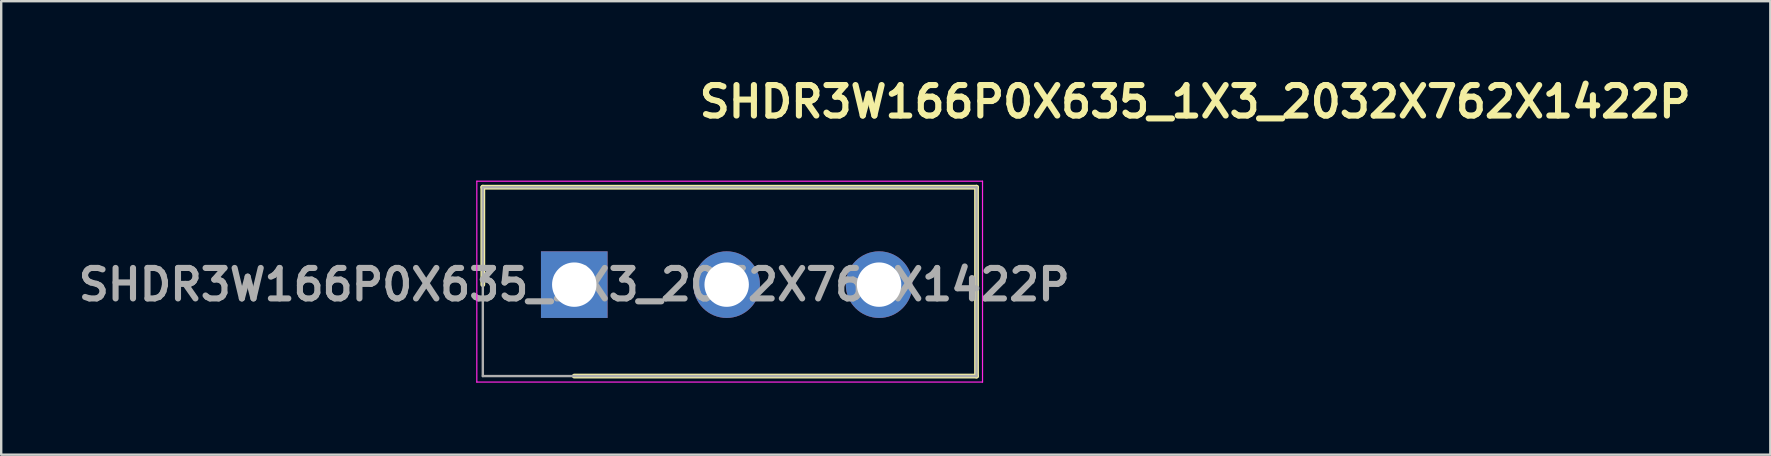
<source format=kicad_pcb>
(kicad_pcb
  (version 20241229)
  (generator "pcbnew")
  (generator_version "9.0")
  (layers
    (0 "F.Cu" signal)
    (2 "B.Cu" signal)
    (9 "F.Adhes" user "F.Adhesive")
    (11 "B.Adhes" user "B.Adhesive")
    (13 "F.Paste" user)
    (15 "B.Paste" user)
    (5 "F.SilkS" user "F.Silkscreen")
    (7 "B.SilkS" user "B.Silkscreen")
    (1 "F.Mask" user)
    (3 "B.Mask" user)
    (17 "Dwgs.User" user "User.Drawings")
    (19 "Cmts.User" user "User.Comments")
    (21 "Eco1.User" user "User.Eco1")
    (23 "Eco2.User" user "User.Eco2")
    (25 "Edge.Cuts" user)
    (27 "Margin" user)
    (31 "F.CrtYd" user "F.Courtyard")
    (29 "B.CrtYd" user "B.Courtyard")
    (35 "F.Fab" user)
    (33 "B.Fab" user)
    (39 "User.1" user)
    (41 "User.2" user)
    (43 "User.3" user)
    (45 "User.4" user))
  (footprint "SHDR3W166P0X635_1X3_2032X762X1422P"
    (layer "F.Cu")
    (at 20.876 8.809)
    (property "Reference" "SHDR3W166P0X635_1X3_2032X762X1422P" (at 5.08 -7.62 0) (layer "F.SilkS") (effects (font (size 1.27 1.27) (thickness 0.254)) (justify left)))
    (attr through_hole)
    (fp_line (start -3.81 -4.06) (end -3.81 0) (stroke (width 0.2) (type solid)) (layer "F.SilkS"))
    (fp_line (start 0 3.81) (end 16.76 3.81) (stroke (width 0.2) (type solid)) (layer "F.SilkS"))
    (fp_line (start 16.76 -4.06) (end -3.81 -4.06) (stroke (width 0.2) (type solid)) (layer "F.SilkS"))
    (fp_line (start 16.76 3.81) (end 16.76 -4.06) (stroke (width 0.2) (type solid)) (layer "F.SilkS"))
    (fp_line (start -4.06 -4.31) (end 17.01 -4.31) (stroke (width 0.05) (type solid)) (layer "F.CrtYd"))
    (fp_line (start -4.06 4.06) (end -4.06 -4.31) (stroke (width 0.05) (type solid)) (layer "F.CrtYd"))
    (fp_line (start 17.01 -4.31) (end 17.01 4.06) (stroke (width 0.05) (type solid)) (layer "F.CrtYd"))
    (fp_line (start 17.01 4.06) (end -4.06 4.06) (stroke (width 0.05) (type solid)) (layer "F.CrtYd"))
    (fp_line (start -3.81 -4.06) (end 16.76 -4.06) (stroke (width 0.1) (type solid)) (layer "F.Fab"))
    (fp_line (start -3.81 3.81) (end -3.81 -4.06) (stroke (width 0.1) (type solid)) (layer "F.Fab"))
    (fp_line (start 16.76 -4.06) (end 16.76 3.81) (stroke (width 0.1) (type solid)) (layer "F.Fab"))
    (fp_line (start 16.76 3.81) (end -3.81 3.81) (stroke (width 0.1) (type solid)) (layer "F.Fab"))
    (fp_text user "${REFERENCE}" (at 0 0 0) (layer "F.Fab") (effects (font (size 1.27 1.27) (thickness 0.254))))
    (pad "1" thru_hole rect (at 0 0) (size 2.775 2.775) (drill 1.85) (layers "*.Cu" "*.Mask"))
    (pad "2" thru_hole circle (at 6.35 0) (size 2.775 2.775) (drill 1.85) (layers "*.Cu" "*.Mask"))
    (pad "3" thru_hole circle (at 12.7 0) (size 2.775 2.775) (drill 1.85) (layers "*.Cu" "*.Mask")))
  (gr_rect
    (start -3 -3)
    (end 70.709 15.894)
    (stroke (width 0.1) (type default))
    (fill no)
    (layer "Edge.Cuts")))
</source>
